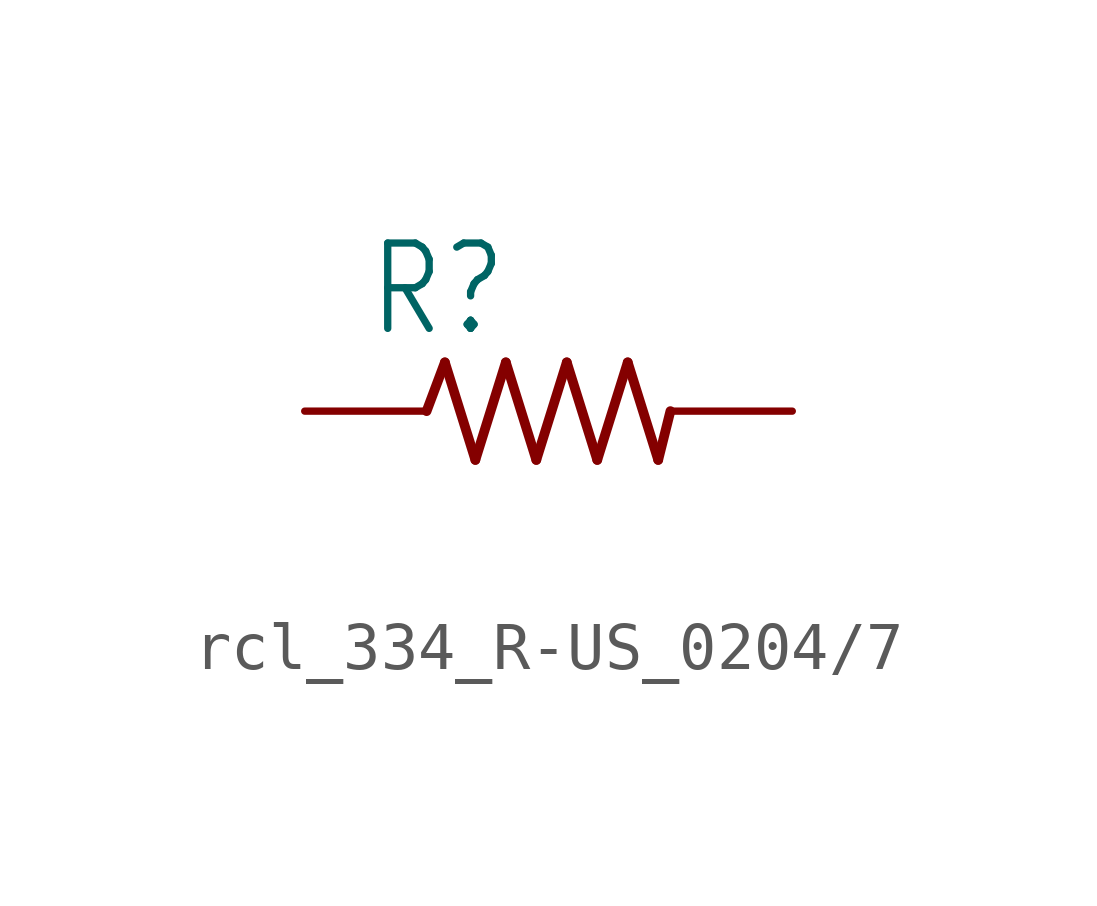
<source format=kicad_sym>
(kicad_symbol_lib
  (version 20241209)
  (generator "kicad_symbol_editor")
  (generator_version "9.0")
  (symbol "rcl_334_R-US_0204/7"
    (property "Reference" "R"
      (at -3.81 1.499 0)
      (effects (font (size 1.778 1.511)) (justify left bottom)))
    (property "Value" ""
      (at -3.81 -3.302 0)
      (effects (font (size 1.778 1.511)) (justify left bottom)))
    (property "ki_locked" ""
      (at 0 0 0)
      (effects (font (size 1.27 1.27))))
    (symbol "rcl_334_R-US_0204/7_1_0"
      (polyline (pts (xy -2.54 0) (xy -2.159 1.016)) (stroke (width 0.203) (type solid)) (fill (type none)))
      (polyline (pts (xy -2.159 1.016) (xy -1.524 -1.016)) (stroke (width 0.203) (type solid)) (fill (type none)))
      (polyline (pts (xy -1.524 -1.016) (xy -0.889 1.016)) (stroke (width 0.203) (type solid)) (fill (type none)))
      (polyline (pts (xy -0.889 1.016) (xy -0.254 -1.016)) (stroke (width 0.203) (type solid)) (fill (type none)))
      (polyline (pts (xy -0.254 -1.016) (xy 0.381 1.016)) (stroke (width 0.203) (type solid)) (fill (type none)))
      (polyline (pts (xy 0.381 1.016) (xy 1.016 -1.016)) (stroke (width 0.203) (type solid)) (fill (type none)))
      (polyline (pts (xy 1.016 -1.016) (xy 1.651 1.016)) (stroke (width 0.203) (type solid)) (fill (type none)))
      (polyline (pts (xy 1.651 1.016) (xy 2.286 -1.016)) (stroke (width 0.203) (type solid)) (fill (type none)))
      (polyline (pts (xy 2.286 -1.016) (xy 2.54 0)) (stroke (width 0.203) (type solid)) (fill (type none)))
      (pin passive line (at -5.08 0 0) (length 2.54) (name "1" (effects (font (size 0 0)))) (number "1" (effects (font (size 0 0)))))
      (pin passive line (at 5.08 0 180) (length 2.54) (name "2" (effects (font (size 0 0)))) (number "2" (effects (font (size 0 0))))))))
</source>
